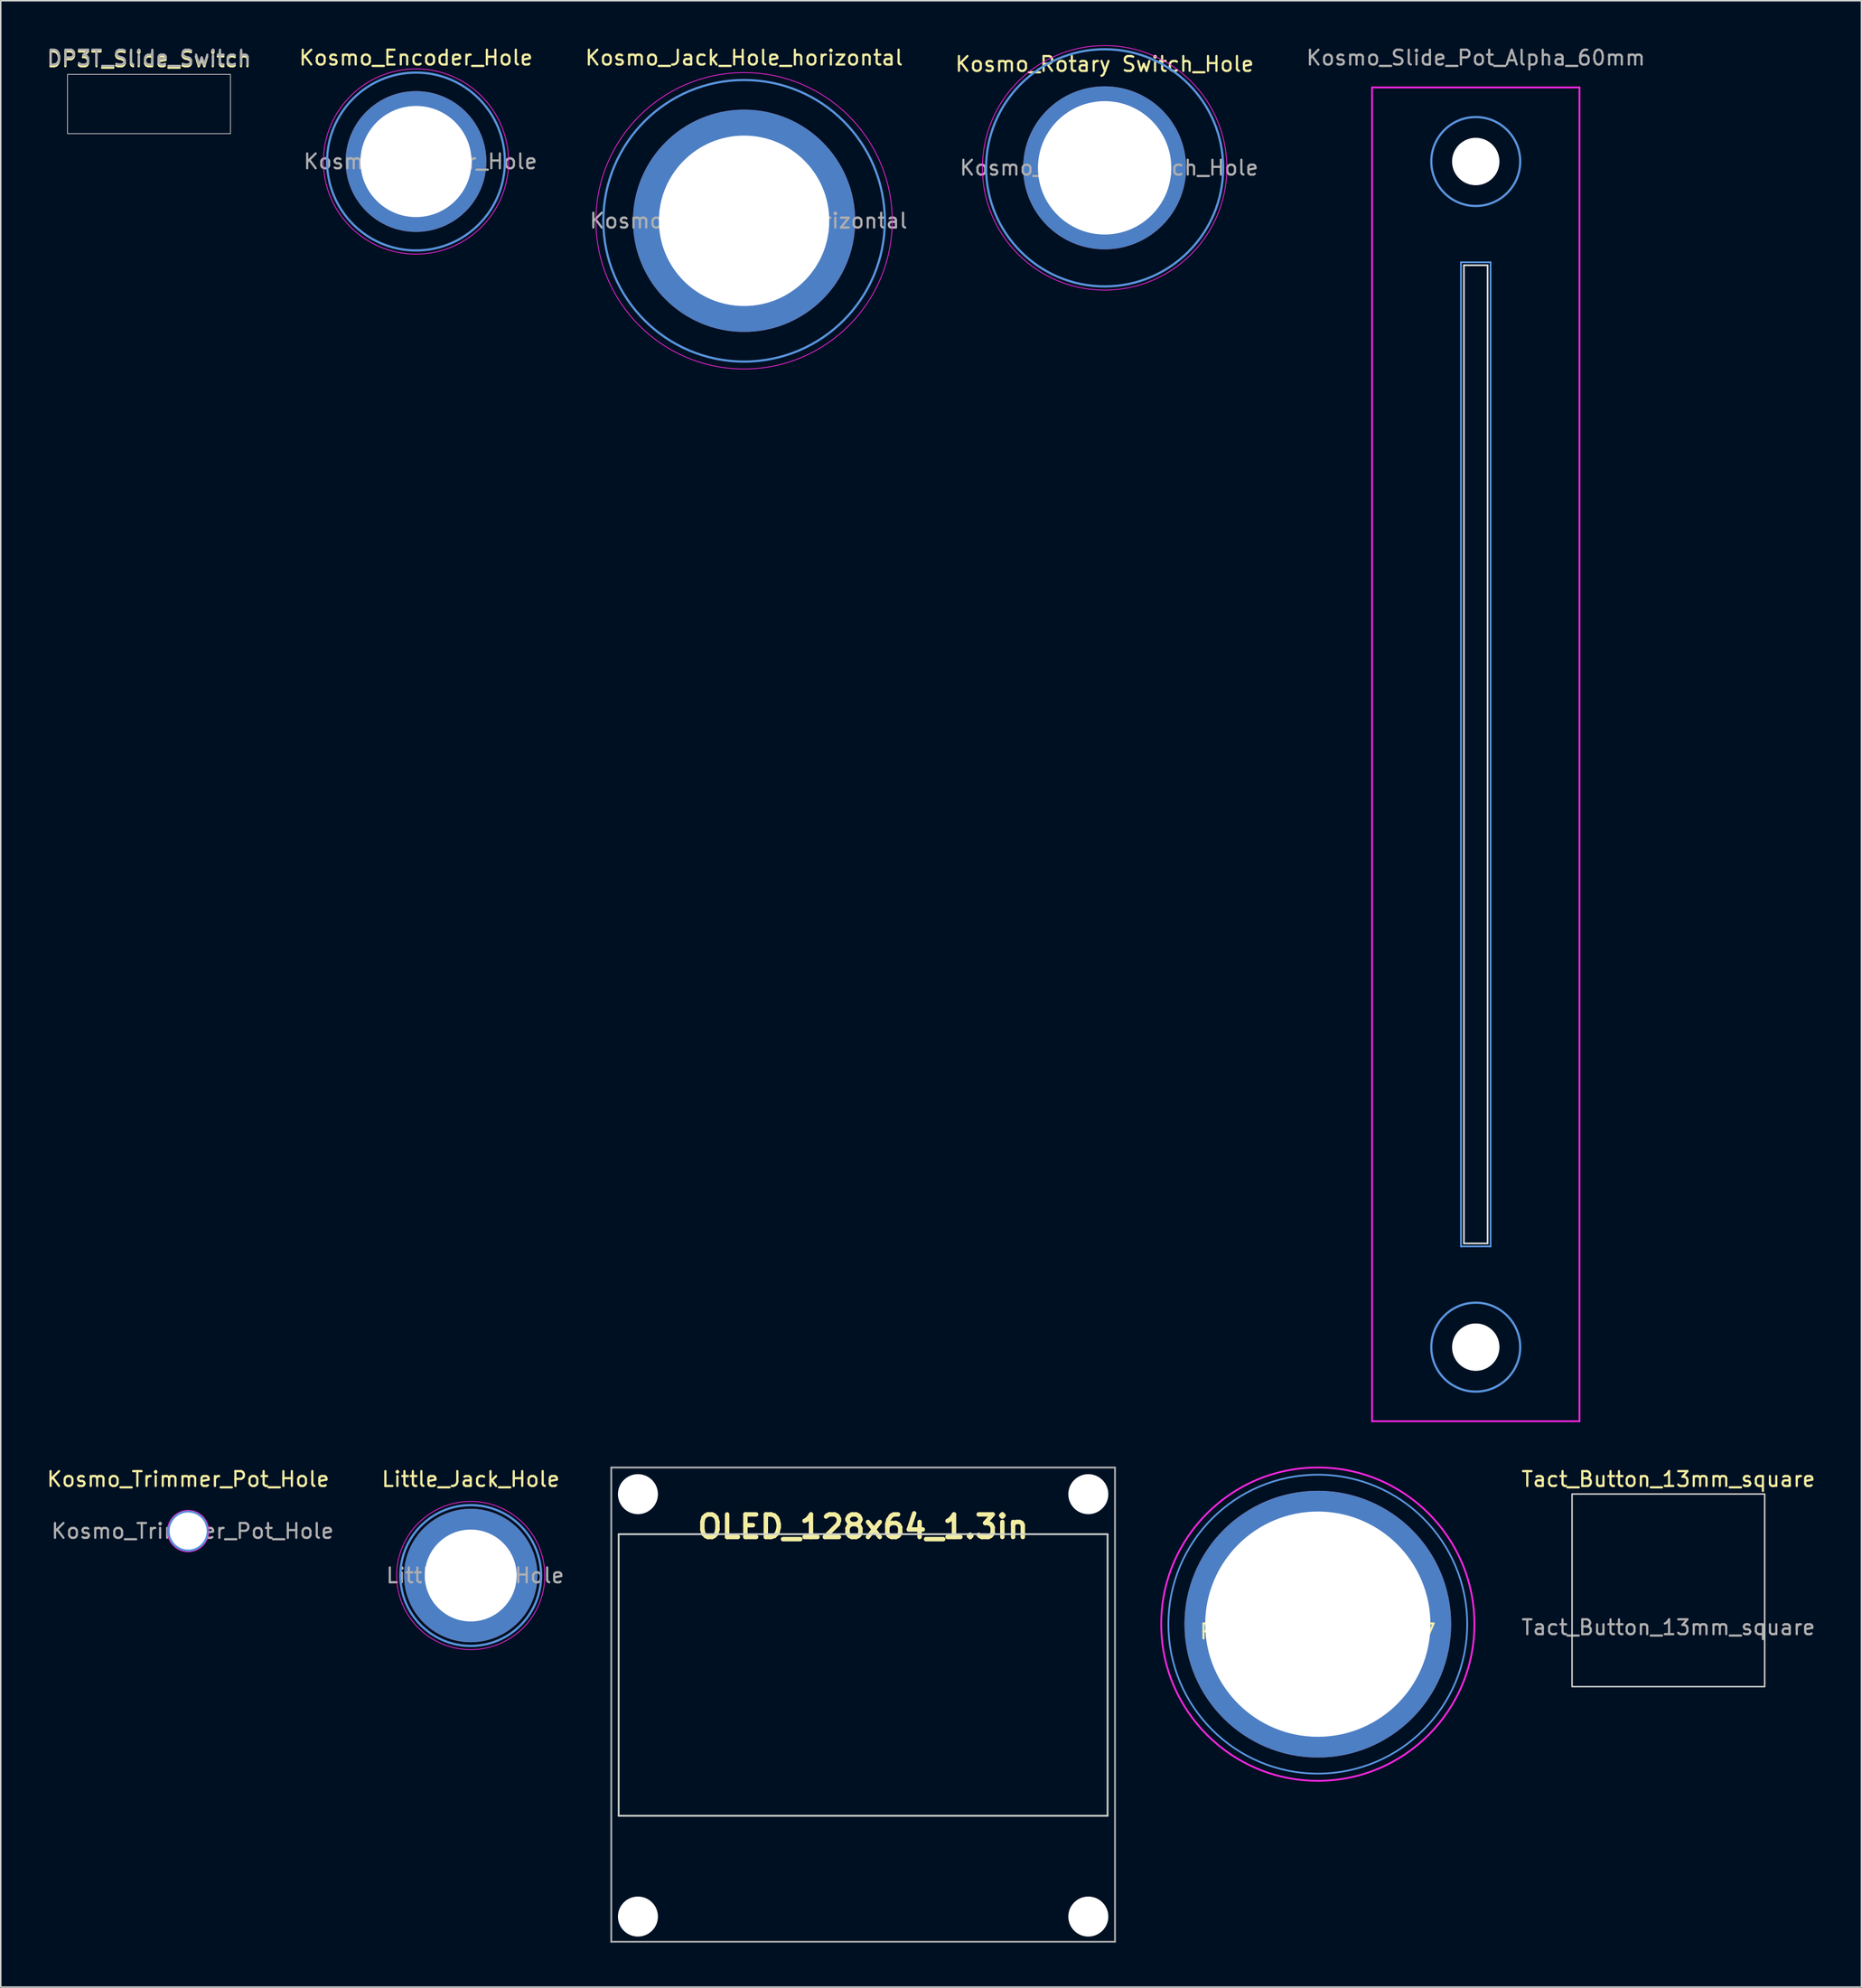
<source format=kicad_pcb>
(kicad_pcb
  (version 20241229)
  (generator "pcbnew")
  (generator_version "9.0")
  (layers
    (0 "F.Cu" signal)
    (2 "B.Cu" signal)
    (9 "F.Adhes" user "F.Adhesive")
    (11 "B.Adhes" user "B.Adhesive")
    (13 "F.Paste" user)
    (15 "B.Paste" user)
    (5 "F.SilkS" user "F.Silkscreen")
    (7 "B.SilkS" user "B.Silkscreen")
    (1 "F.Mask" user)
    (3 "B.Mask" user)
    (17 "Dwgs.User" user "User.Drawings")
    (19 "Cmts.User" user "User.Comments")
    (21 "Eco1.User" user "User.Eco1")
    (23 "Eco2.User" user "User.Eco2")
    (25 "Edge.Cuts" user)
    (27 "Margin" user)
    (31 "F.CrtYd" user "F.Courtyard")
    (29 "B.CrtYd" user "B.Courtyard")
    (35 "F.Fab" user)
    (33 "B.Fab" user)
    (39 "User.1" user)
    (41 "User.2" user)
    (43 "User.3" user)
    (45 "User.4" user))
  (footprint "Kosmo_Rotary Switch_Hole"
    (layer "F.Cu")
    (at 71.509 8.275)
    (property "Reference" "Kosmo_Rotary Switch_Hole" (at 0 -7 0) (layer "F.SilkS") (effects (font (size 1 1) (thickness 0.15))))
    (attr exclude_from_pos_files exclude_from_bom)
    (fp_circle (center 0 0) (end 8 0) (stroke (width 0.15) (type solid)) (fill no) (layer "Cmts.User"))
    (fp_circle (center 0 0) (end 8.25 0) (stroke (width 0.05) (type solid)) (fill no) (layer "F.CrtYd"))
    (fp_text user "${REFERENCE}" (at 0.3 0 0) (layer "F.Fab") (effects (font (size 1 1) (thickness 0.15))))
    (pad "1" thru_hole circle (at 0 0) (size 11 11) (drill 9) (layers "*.Cu" "*.Mask")))
  (footprint "DP3T_Slide_Switch"
    (layer "F.Cu")
    (at 7.006 3.968)
    (property "Reference" "DP3T_Slide_Switch" (at 0 -3 0) (unlocked yes) (layer "F.SilkS") (effects (font (size 1 1) (thickness 0.15))))
    (attr through_hole)
    (fp_rect (start -5.5 -2) (end 5.5 2) (stroke (width 0.05) (type solid)) (fill no) (layer "Edge.Cuts"))
    (fp_text user "${REFERENCE}" (at 0.01 -3.12 0) (unlocked yes) (layer "F.Fab") (effects (font (size 1 1) (thickness 0.15)))))
  (footprint "Kosmo_Jack_Hole_horizontal"
    (layer "F.Cu")
    (at 47.173 11.848)
    (property "Reference" "Kosmo_Jack_Hole_horizontal" (at 0 -11 0) (layer "F.SilkS") (effects (font (size 1 1) (thickness 0.15))))
    (attr exclude_from_pos_files exclude_from_bom)
    (fp_circle (center 0 0) (end 9.5 0) (stroke (width 0.15) (type solid)) (fill no) (layer "Cmts.User"))
    (fp_circle (center 0 0) (end 10 0) (stroke (width 0.05) (type solid)) (fill no) (layer "F.CrtYd"))
    (fp_text user "${REFERENCE}" (at 0.3 0 0) (layer "F.Fab") (effects (font (size 1 1) (thickness 0.15))))
    (pad "1" thru_hole circle (at 0 0) (size 15 15) (drill 11.5) (layers "*.Cu" "*.Mask")))
  (footprint "Push_Button_A-3487"
    (layer "F.Cu")
    (at 85.898 106.539)
    (property "Reference" "Push_Button_A-3487" (at 0 0.5 0) (layer "F.SilkS") (effects (font (size 1 1) (thickness 0.15))))
    (attr through_hole)
    (fp_circle (center 0 0) (end 10.084 0) (stroke (width 0.12) (type solid)) (fill no) (layer "Cmts.User"))
    (fp_circle (center 0 0) (end 6.096 8.636) (stroke (width 0.12) (type solid)) (fill no) (layer "F.CrtYd"))
    (pad "1" thru_hole circle (at 0 0) (size 18 18) (drill 15.2) (layers "*.Cu" "*.Mask")))
  (footprint "Kosmo_Slide_Pot_Alpha_60mm"
    (layer "F.Cu")
    (at 96.559 47.848)
    (property "Reference" "Kosmo_Slide_Pot_Alpha_60mm" (at 0 -47 0) (layer "F.Fab") (effects (font (size 1 1) (thickness 0.15))))
    (attr through_hole)
    (fp_line (start -1 -33.2) (end 1 -33.2) (stroke (width 0.12) (type solid)) (layer "Cmts.User"))
    (fp_line (start -1 33.2) (end -1 -33.2) (stroke (width 0.12) (type solid)) (layer "Cmts.User"))
    (fp_line (start 1 -33.2) (end 1 33.2) (stroke (width 0.12) (type solid)) (layer "Cmts.User"))
    (fp_line (start 1 33.2) (end -1 33.2) (stroke (width 0.12) (type solid)) (layer "Cmts.User"))
    (fp_circle (center 0 -40) (end 3 -40) (stroke (width 0.15) (type solid)) (fill no) (layer "Cmts.User"))
    (fp_circle (center 0 40) (end 3 40) (stroke (width 0.15) (type solid)) (fill no) (layer "Cmts.User"))
    (fp_line (start -0.8 -33) (end 0.8 -33) (stroke (width 0.12) (type solid)) (layer "Edge.Cuts"))
    (fp_line (start -0.8 33) (end -0.8 -33) (stroke (width 0.12) (type solid)) (layer "Edge.Cuts"))
    (fp_line (start 0.8 -33) (end 0.8 33) (stroke (width 0.12) (type solid)) (layer "Edge.Cuts"))
    (fp_line (start 0.8 33) (end -0.8 33) (stroke (width 0.12) (type solid)) (layer "Edge.Cuts"))
    (fp_line (start -7 -45) (end 7 -45) (stroke (width 0.12) (type solid)) (layer "F.CrtYd"))
    (fp_line (start -7 45) (end -7 -45) (stroke (width 0.12) (type solid)) (layer "F.CrtYd"))
    (fp_line (start 7 -45) (end 7 45) (stroke (width 0.12) (type solid)) (layer "F.CrtYd"))
    (fp_line (start 7 45) (end -7 45) (stroke (width 0.12) (type solid)) (layer "F.CrtYd"))
    (pad "" np_thru_hole circle (at 0 -40) (size 3.2 3.2) (drill 3.2) (layers "*.Cu" "*.Mask"))
    (pad "" np_thru_hole circle (at 0 40) (size 3.2 3.2) (drill 3.2) (layers "*.Cu" "*.Mask")))
  (footprint "OLED_128x64_1.3in"
    (layer "F.Cu")
    (at 55.208 109.968)
    (property "Reference" "OLED_128x64_1.3in" (at 0 -10 0) (layer "F.SilkS") (effects (font (size 1.524 1.524) (thickness 0.3))))
    (attr through_hole)
    (fp_line (start -16.5 -9.5) (end 16.5 -9.5) (stroke (width 0.12) (type solid)) (layer "Edge.Cuts"))
    (fp_line (start -16.5 9.5) (end -16.5 -9.5) (stroke (width 0.12) (type solid)) (layer "Edge.Cuts"))
    (fp_line (start 16.5 -9.5) (end 16.5 9.5) (stroke (width 0.12) (type solid)) (layer "Edge.Cuts"))
    (fp_line (start 16.5 9.5) (end -16.5 9.5) (stroke (width 0.12) (type solid)) (layer "Edge.Cuts"))
    (fp_line (start -17 -14) (end 17 -14) (stroke (width 0.12) (type solid)) (layer "F.Fab"))
    (fp_line (start -17 18) (end -17 -14) (stroke (width 0.12) (type solid)) (layer "F.Fab"))
    (fp_line (start 17 -14) (end 17 18) (stroke (width 0.12) (type solid)) (layer "F.Fab"))
    (fp_line (start 17 18) (end -17 18) (stroke (width 0.12) (type solid)) (layer "F.Fab"))
    (pad "" np_thru_hole circle (at -15.2 -12.2) (size 2.7 2.7) (drill 2.7) (layers "*.Cu" "*.Mask"))
    (pad "" np_thru_hole circle (at -15.2 16.3) (size 2.7 2.7) (drill 2.7) (layers "*.Cu" "*.Mask"))
    (pad "" np_thru_hole circle (at 15.2 -12.2) (size 2.7 2.7) (drill 2.7) (layers "*.Cu" "*.Mask"))
    (pad "" np_thru_hole circle (at 15.2 16.3) (size 2.7 2.7) (drill 2.7) (layers "*.Cu" "*.Mask")))
  (footprint "Kosmo_Encoder_Hole"
    (layer "F.Cu")
    (at 25.028 7.848)
    (property "Reference" "Kosmo_Encoder_Hole" (at 0 -7 0) (layer "F.SilkS") (effects (font (size 1 1) (thickness 0.15))))
    (attr exclude_from_pos_files exclude_from_bom)
    (fp_circle (center 0 0) (end 6 0) (stroke (width 0.15) (type solid)) (fill no) (layer "Cmts.User"))
    (fp_circle (center 0 0) (end 6.25 0) (stroke (width 0.05) (type solid)) (fill no) (layer "F.CrtYd"))
    (fp_text user "${REFERENCE}" (at 0.3 0 0) (layer "F.Fab") (effects (font (size 1 1) (thickness 0.15))))
    (pad "1" thru_hole circle (at 0 0) (size 9.5 9.5) (drill 7.5) (layers "*.Cu" "*.Mask")))
  (footprint "Kosmo_Trimmer_Pot_Hole"
    (layer "F.Cu")
    (at 9.649 100.257)
    (property "Reference" "Kosmo_Trimmer_Pot_Hole" (at 0 -3.5 0) (layer "F.SilkS") (effects (font (size 1 1) (thickness 0.15))))
    (attr exclude_from_pos_files exclude_from_bom)
    (fp_circle (center 0 0) (end 1.3 0) (stroke (width 0.15) (type solid)) (fill no) (layer "Cmts.User"))
    (fp_circle (center 0 0) (end 1.4 0) (stroke (width 0.05) (type solid)) (fill no) (layer "F.CrtYd"))
    (fp_text user "${REFERENCE}" (at 0.3 0 0) (layer "F.Fab") (effects (font (size 1 1) (thickness 0.15))))
    (pad "" np_thru_hole circle (at 0 0) (size 2.5 2.5) (drill 2.5) (layers "*.Mask" "F.Cu")))
  (footprint "Little_Jack_Hole"
    (layer "F.Cu")
    (at 28.723 103.257)
    (property "Reference" "Little_Jack_Hole" (at 0 -6.5 0) (layer "F.SilkS") (effects (font (size 1 1) (thickness 0.15))))
    (attr exclude_from_pos_files exclude_from_bom)
    (fp_circle (center 0 0) (end 4.75 0) (stroke (width 0.15) (type solid)) (fill no) (layer "Cmts.User"))
    (fp_circle (center 0 0) (end 5 0) (stroke (width 0.05) (type solid)) (fill no) (layer "F.CrtYd"))
    (fp_text user "${REFERENCE}" (at 0.3 0 0) (layer "F.Fab") (effects (font (size 1 1) (thickness 0.15))))
    (pad "1" thru_hole circle (at 0 0) (size 9 9) (drill 6.2) (layers "*.Cu" "*.Mask")))
  (footprint "Tact_Button_13mm_square"
    (layer "F.Cu")
    (at 109.559 104.257)
    (property "Reference" "Tact_Button_13mm_square" (at 0 -7.5 0) (unlocked yes) (layer "F.SilkS") (effects (font (size 1 1) (thickness 0.15))))
    (attr through_hole)
    (fp_rect (start -6.5 -6.5) (end 6.5 6.5) (stroke (width 0.1) (type solid)) (fill no) (layer "Edge.Cuts"))
    (fp_text user "${REFERENCE}" (at 0 2.5 0) (unlocked yes) (layer "F.Fab") (effects (font (size 1 1) (thickness 0.15)))))
  (gr_rect
    (start -3 -3)
    (end 122.589 131.028)
    (stroke (width 0.1) (type default))
    (fill no)
    (layer "Edge.Cuts")))
</source>
